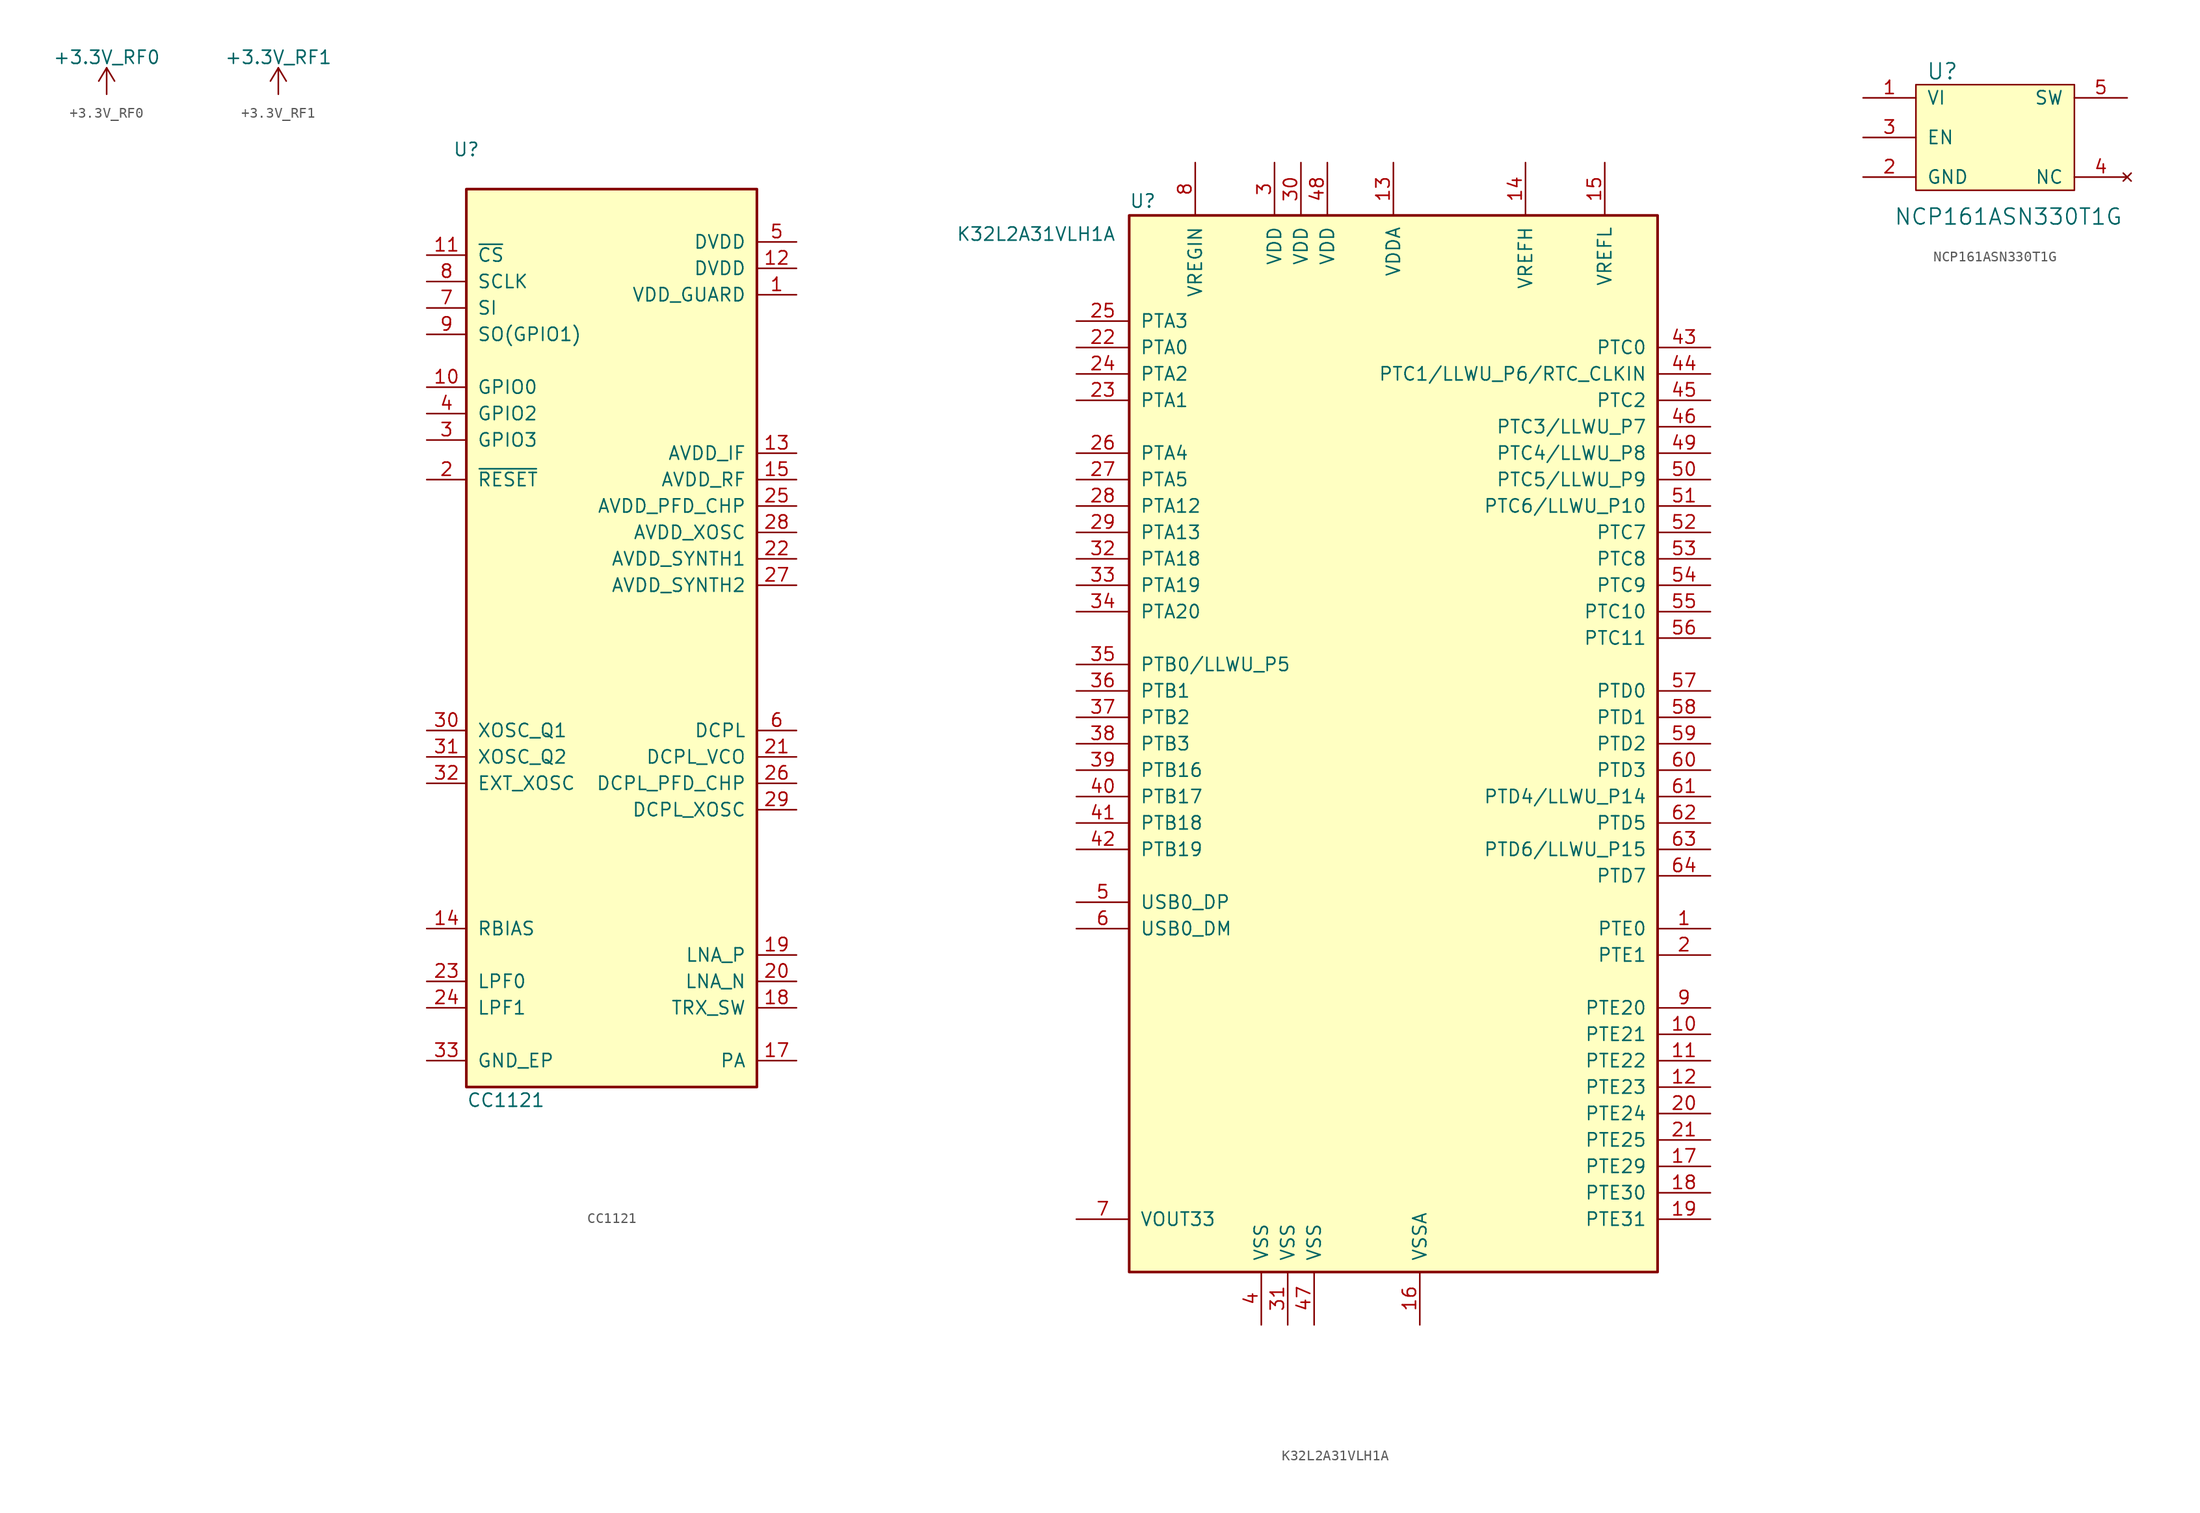
<source format=kicad_sym>
(kicad_symbol_lib
  (version 20220914)
  (generator kicad_symbol_editor)
  (symbol "+3.3V_RF0"
    (power)
    (pin_names
      (offset 0))
    (property "Reference" "#PWR"
      (at 0 -3.81 0)
      (effects (font (size 1.27 1.27)) hide))
    (property "Value" "+3.3V_RF0"
      (at 0 3.556 0)
      (effects (font (size 1.27 1.27))))
    (symbol "+3.3V_RF0_0_1"
      (polyline (pts (xy -0.762 1.27) (xy 0 2.54)) (stroke (width 0) (type solid)) (fill (type none)))
      (polyline (pts (xy 0 0) (xy 0 2.54)) (stroke (width 0) (type solid)) (fill (type none)))
      (polyline (pts (xy 0 2.54) (xy 0.762 1.27)) (stroke (width 0) (type solid)) (fill (type none))))
    (symbol "+3.3V_RF0_1_1"
      (pin power_in line (at 0 0 90) (length 0) hide (name "+3V3_RF0" (effects (font (size 1.27 1.27)))) (number "1" (effects (font (size 1.27 1.27)))))))
  (symbol "+3.3V_RF1"
    (power)
    (pin_names
      (offset 0))
    (property "Reference" "#PWR"
      (at 0 -3.81 0)
      (effects (font (size 1.27 1.27)) hide))
    (property "Value" "+3.3V_RF1"
      (at 0 3.556 0)
      (effects (font (size 1.27 1.27))))
    (symbol "+3.3V_RF1_0_1"
      (polyline (pts (xy -0.762 1.27) (xy 0 2.54)) (stroke (width 0) (type solid)) (fill (type none)))
      (polyline (pts (xy 0 0) (xy 0 2.54)) (stroke (width 0) (type solid)) (fill (type none)))
      (polyline (pts (xy 0 2.54) (xy 0.762 1.27)) (stroke (width 0) (type solid)) (fill (type none))))
    (symbol "+3.3V_RF1_1_1"
      (pin power_in line (at 0 0 90) (length 0) hide (name "+3V3_RF1" (effects (font (size 1.27 1.27)))) (number "1" (effects (font (size 1.27 1.27)))))))
  (symbol "CC1121"
    (pin_names
      (offset 1.016))
    (property "Reference" "U"
      (at -13.97 62.23 0)
      (effects (font (size 1.27 1.27))))
    (property "Value" "CC1121"
      (at -10.16 -29.21 0)
      (effects (font (size 1.27 1.27))))
    (symbol "CC1121_0_1"
      (rectangle (start -13.97 58.42) (end 13.97 -27.94) (stroke (width 0.254) (type solid)) (fill (type background))))
    (symbol "CC1121_1_1"
      (pin power_in line (at 17.78 48.26 180) (length 3.81) (name "VDD_GUARD" (effects (font (size 1.27 1.27)))) (number "1" (effects (font (size 1.27 1.27)))))
      (pin bidirectional line (at -17.78 39.37 0) (length 3.81) (name "GPIO0" (effects (font (size 1.27 1.27)))) (number "10" (effects (font (size 1.27 1.27)))))
      (pin input line (at -17.78 52.07 0) (length 3.81) (name "~{CS}" (effects (font (size 1.27 1.27)))) (number "11" (effects (font (size 1.27 1.27)))))
      (pin power_in line (at 17.78 50.8 180) (length 3.81) (name "DVDD" (effects (font (size 1.27 1.27)))) (number "12" (effects (font (size 1.27 1.27)))))
      (pin power_in line (at 17.78 33.02 180) (length 3.81) (name "AVDD_IF" (effects (font (size 1.27 1.27)))) (number "13" (effects (font (size 1.27 1.27)))))
      (pin passive line (at -17.78 -12.7 0) (length 3.81) (name "RBIAS" (effects (font (size 1.27 1.27)))) (number "14" (effects (font (size 1.27 1.27)))))
      (pin power_in line (at 17.78 30.48 180) (length 3.81) (name "AVDD_RF" (effects (font (size 1.27 1.27)))) (number "15" (effects (font (size 1.27 1.27)))))
      (pin passive line (at 17.78 -25.4 180) (length 3.81) (name "PA" (effects (font (size 1.27 1.27)))) (number "17" (effects (font (size 1.27 1.27)))))
      (pin passive line (at 17.78 -20.32 180) (length 3.81) (name "TRX_SW" (effects (font (size 1.27 1.27)))) (number "18" (effects (font (size 1.27 1.27)))))
      (pin passive line (at 17.78 -15.24 180) (length 3.81) (name "LNA_P" (effects (font (size 1.27 1.27)))) (number "19" (effects (font (size 1.27 1.27)))))
      (pin input line (at -17.78 30.48 0) (length 3.81) (name "~{RESET}" (effects (font (size 1.27 1.27)))) (number "2" (effects (font (size 1.27 1.27)))))
      (pin passive line (at 17.78 -17.78 180) (length 3.81) (name "LNA_N" (effects (font (size 1.27 1.27)))) (number "20" (effects (font (size 1.27 1.27)))))
      (pin power_out line (at 17.78 3.81 180) (length 3.81) (name "DCPL_VCO" (effects (font (size 1.27 1.27)))) (number "21" (effects (font (size 1.27 1.27)))))
      (pin power_in line (at 17.78 22.86 180) (length 3.81) (name "AVDD_SYNTH1" (effects (font (size 1.27 1.27)))) (number "22" (effects (font (size 1.27 1.27)))))
      (pin passive line (at -17.78 -17.78 0) (length 3.81) (name "LPF0" (effects (font (size 1.27 1.27)))) (number "23" (effects (font (size 1.27 1.27)))))
      (pin passive line (at -17.78 -20.32 0) (length 3.81) (name "LPF1" (effects (font (size 1.27 1.27)))) (number "24" (effects (font (size 1.27 1.27)))))
      (pin power_in line (at 17.78 27.94 180) (length 3.81) (name "AVDD_PFD_CHP" (effects (font (size 1.27 1.27)))) (number "25" (effects (font (size 1.27 1.27)))))
      (pin power_out line (at 17.78 1.27 180) (length 3.81) (name "DCPL_PFD_CHP" (effects (font (size 1.27 1.27)))) (number "26" (effects (font (size 1.27 1.27)))))
      (pin power_in line (at 17.78 20.32 180) (length 3.81) (name "AVDD_SYNTH2" (effects (font (size 1.27 1.27)))) (number "27" (effects (font (size 1.27 1.27)))))
      (pin power_in line (at 17.78 25.4 180) (length 3.81) (name "AVDD_XOSC" (effects (font (size 1.27 1.27)))) (number "28" (effects (font (size 1.27 1.27)))))
      (pin power_out line (at 17.78 -1.27 180) (length 3.81) (name "DCPL_XOSC" (effects (font (size 1.27 1.27)))) (number "29" (effects (font (size 1.27 1.27)))))
      (pin bidirectional line (at -17.78 34.29 0) (length 3.81) (name "GPIO3" (effects (font (size 1.27 1.27)))) (number "3" (effects (font (size 1.27 1.27)))))
      (pin passive line (at -17.78 6.35 0) (length 3.81) (name "XOSC_Q1" (effects (font (size 1.27 1.27)))) (number "30" (effects (font (size 1.27 1.27)))))
      (pin passive line (at -17.78 3.81 0) (length 3.81) (name "XOSC_Q2" (effects (font (size 1.27 1.27)))) (number "31" (effects (font (size 1.27 1.27)))))
      (pin input line (at -17.78 1.27 0) (length 3.81) (name "EXT_XOSC" (effects (font (size 1.27 1.27)))) (number "32" (effects (font (size 1.27 1.27)))))
      (pin power_in line (at -17.78 -25.4 0) (length 3.81) (name "GND_EP" (effects (font (size 1.27 1.27)))) (number "33" (effects (font (size 1.27 1.27)))))
      (pin bidirectional line (at -17.78 36.83 0) (length 3.81) (name "GPIO2" (effects (font (size 1.27 1.27)))) (number "4" (effects (font (size 1.27 1.27)))))
      (pin power_in line (at 17.78 53.34 180) (length 3.81) (name "DVDD" (effects (font (size 1.27 1.27)))) (number "5" (effects (font (size 1.27 1.27)))))
      (pin power_out line (at 17.78 6.35 180) (length 3.81) (name "DCPL" (effects (font (size 1.27 1.27)))) (number "6" (effects (font (size 1.27 1.27)))))
      (pin input line (at -17.78 46.99 0) (length 3.81) (name "SI" (effects (font (size 1.27 1.27)))) (number "7" (effects (font (size 1.27 1.27)))))
      (pin input line (at -17.78 49.53 0) (length 3.81) (name "SCLK" (effects (font (size 1.27 1.27)))) (number "8" (effects (font (size 1.27 1.27)))))
      (pin bidirectional line (at -17.78 44.45 0) (length 3.81) (name "SO(GPIO1)" (effects (font (size 1.27 1.27)))) (number "9" (effects (font (size 1.27 1.27)))))))
  (symbol "K32L2A31VLH1A"
    (pin_names
      (offset 1.016))
    (property "Reference" "U"
      (at -25.4 51.435 0)
      (effects (font (size 1.27 1.27)) (justify left bottom)))
    (property "Value" "K32L2A31VLH1A"
      (at -26.67 48.26 0)
      (effects (font (size 1.27 1.27)) (justify right bottom)))
    (symbol "K32L2A31VLH1A_0_1"
      (rectangle (start -25.4 50.8) (end 25.4 -50.8) (stroke (width 0.254) (type solid)) (fill (type background))))
    (symbol "K32L2A31VLH1A_1_1"
      (pin bidirectional line (at 30.48 -17.78 180) (length 5.08) (name "PTE0" (effects (font (size 1.27 1.27)))) (number "1" (effects (font (size 1.27 1.27)))))
      (pin bidirectional line (at 30.48 -27.94 180) (length 5.08) (name "PTE21" (effects (font (size 1.27 1.27)))) (number "10" (effects (font (size 1.27 1.27)))))
      (pin bidirectional line (at 30.48 -30.48 180) (length 5.08) (name "PTE22" (effects (font (size 1.27 1.27)))) (number "11" (effects (font (size 1.27 1.27)))))
      (pin bidirectional line (at 30.48 -33.02 180) (length 5.08) (name "PTE23" (effects (font (size 1.27 1.27)))) (number "12" (effects (font (size 1.27 1.27)))))
      (pin power_in line (at 0 55.88 270) (length 5.08) (name "VDDA" (effects (font (size 1.27 1.27)))) (number "13" (effects (font (size 1.27 1.27)))))
      (pin power_in line (at 12.7 55.88 270) (length 5.08) (name "VREFH" (effects (font (size 1.27 1.27)))) (number "14" (effects (font (size 1.27 1.27)))))
      (pin power_in line (at 20.32 55.88 270) (length 5.08) (name "VREFL" (effects (font (size 1.27 1.27)))) (number "15" (effects (font (size 1.27 1.27)))))
      (pin power_in line (at 2.54 -55.88 90) (length 5.08) (name "VSSA" (effects (font (size 1.27 1.27)))) (number "16" (effects (font (size 1.27 1.27)))))
      (pin bidirectional line (at 30.48 -40.64 180) (length 5.08) (name "PTE29" (effects (font (size 1.27 1.27)))) (number "17" (effects (font (size 1.27 1.27)))))
      (pin bidirectional line (at 30.48 -43.18 180) (length 5.08) (name "PTE30" (effects (font (size 1.27 1.27)))) (number "18" (effects (font (size 1.27 1.27)))))
      (pin bidirectional line (at 30.48 -45.72 180) (length 5.08) (name "PTE31" (effects (font (size 1.27 1.27)))) (number "19" (effects (font (size 1.27 1.27)))))
      (pin bidirectional line (at 30.48 -20.32 180) (length 5.08) (name "PTE1" (effects (font (size 1.27 1.27)))) (number "2" (effects (font (size 1.27 1.27)))))
      (pin bidirectional line (at 30.48 -35.56 180) (length 5.08) (name "PTE24" (effects (font (size 1.27 1.27)))) (number "20" (effects (font (size 1.27 1.27)))))
      (pin bidirectional line (at 30.48 -38.1 180) (length 5.08) (name "PTE25" (effects (font (size 1.27 1.27)))) (number "21" (effects (font (size 1.27 1.27)))))
      (pin bidirectional line (at -30.48 38.1 0) (length 5.08) (name "PTA0" (effects (font (size 1.27 1.27)))) (number "22" (effects (font (size 1.27 1.27)))))
      (pin bidirectional line (at -30.48 33.02 0) (length 5.08) (name "PTA1" (effects (font (size 1.27 1.27)))) (number "23" (effects (font (size 1.27 1.27)))))
      (pin bidirectional line (at -30.48 35.56 0) (length 5.08) (name "PTA2" (effects (font (size 1.27 1.27)))) (number "24" (effects (font (size 1.27 1.27)))))
      (pin bidirectional line (at -30.48 40.64 0) (length 5.08) (name "PTA3" (effects (font (size 1.27 1.27)))) (number "25" (effects (font (size 1.27 1.27)))))
      (pin bidirectional line (at -30.48 27.94 0) (length 5.08) (name "PTA4" (effects (font (size 1.27 1.27)))) (number "26" (effects (font (size 1.27 1.27)))))
      (pin bidirectional line (at -30.48 25.4 0) (length 5.08) (name "PTA5" (effects (font (size 1.27 1.27)))) (number "27" (effects (font (size 1.27 1.27)))))
      (pin bidirectional line (at -30.48 22.86 0) (length 5.08) (name "PTA12" (effects (font (size 1.27 1.27)))) (number "28" (effects (font (size 1.27 1.27)))))
      (pin bidirectional line (at -30.48 20.32 0) (length 5.08) (name "PTA13" (effects (font (size 1.27 1.27)))) (number "29" (effects (font (size 1.27 1.27)))))
      (pin power_in line (at -11.43 55.88 270) (length 5.08) (name "VDD" (effects (font (size 1.27 1.27)))) (number "3" (effects (font (size 1.27 1.27)))))
      (pin power_in line (at -8.89 55.88 270) (length 5.08) (name "VDD" (effects (font (size 1.27 1.27)))) (number "30" (effects (font (size 1.27 1.27)))))
      (pin power_in line (at -10.16 -55.88 90) (length 5.08) (name "VSS" (effects (font (size 1.27 1.27)))) (number "31" (effects (font (size 1.27 1.27)))))
      (pin bidirectional line (at -30.48 17.78 0) (length 5.08) (name "PTA18" (effects (font (size 1.27 1.27)))) (number "32" (effects (font (size 1.27 1.27)))))
      (pin bidirectional line (at -30.48 15.24 0) (length 5.08) (name "PTA19" (effects (font (size 1.27 1.27)))) (number "33" (effects (font (size 1.27 1.27)))))
      (pin bidirectional line (at -30.48 12.7 0) (length 5.08) (name "PTA20" (effects (font (size 1.27 1.27)))) (number "34" (effects (font (size 1.27 1.27)))))
      (pin bidirectional line (at -30.48 7.62 0) (length 5.08) (name "PTB0/LLWU_P5" (effects (font (size 1.27 1.27)))) (number "35" (effects (font (size 1.27 1.27)))))
      (pin bidirectional line (at -30.48 5.08 0) (length 5.08) (name "PTB1" (effects (font (size 1.27 1.27)))) (number "36" (effects (font (size 1.27 1.27)))))
      (pin bidirectional line (at -30.48 2.54 0) (length 5.08) (name "PTB2" (effects (font (size 1.27 1.27)))) (number "37" (effects (font (size 1.27 1.27)))))
      (pin bidirectional line (at -30.48 0 0) (length 5.08) (name "PTB3" (effects (font (size 1.27 1.27)))) (number "38" (effects (font (size 1.27 1.27)))))
      (pin bidirectional line (at -30.48 -2.54 0) (length 5.08) (name "PTB16" (effects (font (size 1.27 1.27)))) (number "39" (effects (font (size 1.27 1.27)))))
      (pin power_in line (at -12.7 -55.88 90) (length 5.08) (name "VSS" (effects (font (size 1.27 1.27)))) (number "4" (effects (font (size 1.27 1.27)))))
      (pin bidirectional line (at -30.48 -5.08 0) (length 5.08) (name "PTB17" (effects (font (size 1.27 1.27)))) (number "40" (effects (font (size 1.27 1.27)))))
      (pin bidirectional line (at -30.48 -7.62 0) (length 5.08) (name "PTB18" (effects (font (size 1.27 1.27)))) (number "41" (effects (font (size 1.27 1.27)))))
      (pin bidirectional line (at -30.48 -10.16 0) (length 5.08) (name "PTB19" (effects (font (size 1.27 1.27)))) (number "42" (effects (font (size 1.27 1.27)))))
      (pin bidirectional line (at 30.48 38.1 180) (length 5.08) (name "PTC0" (effects (font (size 1.27 1.27)))) (number "43" (effects (font (size 1.27 1.27)))))
      (pin bidirectional line (at 30.48 35.56 180) (length 5.08) (name "PTC1/LLWU_P6/RTC_CLKIN" (effects (font (size 1.27 1.27)))) (number "44" (effects (font (size 1.27 1.27)))))
      (pin bidirectional line (at 30.48 33.02 180) (length 5.08) (name "PTC2" (effects (font (size 1.27 1.27)))) (number "45" (effects (font (size 1.27 1.27)))))
      (pin bidirectional line (at 30.48 30.48 180) (length 5.08) (name "PTC3/LLWU_P7" (effects (font (size 1.27 1.27)))) (number "46" (effects (font (size 1.27 1.27)))))
      (pin power_in line (at -7.62 -55.88 90) (length 5.08) (name "VSS" (effects (font (size 1.27 1.27)))) (number "47" (effects (font (size 1.27 1.27)))))
      (pin power_in line (at -6.35 55.88 270) (length 5.08) (name "VDD" (effects (font (size 1.27 1.27)))) (number "48" (effects (font (size 1.27 1.27)))))
      (pin bidirectional line (at 30.48 27.94 180) (length 5.08) (name "PTC4/LLWU_P8" (effects (font (size 1.27 1.27)))) (number "49" (effects (font (size 1.27 1.27)))))
      (pin bidirectional line (at -30.48 -15.24 0) (length 5.08) (name "USB0_DP" (effects (font (size 1.27 1.27)))) (number "5" (effects (font (size 1.27 1.27)))))
      (pin bidirectional line (at 30.48 25.4 180) (length 5.08) (name "PTC5/LLWU_P9" (effects (font (size 1.27 1.27)))) (number "50" (effects (font (size 1.27 1.27)))))
      (pin bidirectional line (at 30.48 22.86 180) (length 5.08) (name "PTC6/LLWU_P10" (effects (font (size 1.27 1.27)))) (number "51" (effects (font (size 1.27 1.27)))))
      (pin bidirectional line (at 30.48 20.32 180) (length 5.08) (name "PTC7" (effects (font (size 1.27 1.27)))) (number "52" (effects (font (size 1.27 1.27)))))
      (pin bidirectional line (at 30.48 17.78 180) (length 5.08) (name "PTC8" (effects (font (size 1.27 1.27)))) (number "53" (effects (font (size 1.27 1.27)))))
      (pin bidirectional line (at 30.48 15.24 180) (length 5.08) (name "PTC9" (effects (font (size 1.27 1.27)))) (number "54" (effects (font (size 1.27 1.27)))))
      (pin bidirectional line (at 30.48 12.7 180) (length 5.08) (name "PTC10" (effects (font (size 1.27 1.27)))) (number "55" (effects (font (size 1.27 1.27)))))
      (pin bidirectional line (at 30.48 10.16 180) (length 5.08) (name "PTC11" (effects (font (size 1.27 1.27)))) (number "56" (effects (font (size 1.27 1.27)))))
      (pin bidirectional line (at 30.48 5.08 180) (length 5.08) (name "PTD0" (effects (font (size 1.27 1.27)))) (number "57" (effects (font (size 1.27 1.27)))))
      (pin bidirectional line (at 30.48 2.54 180) (length 5.08) (name "PTD1" (effects (font (size 1.27 1.27)))) (number "58" (effects (font (size 1.27 1.27)))))
      (pin bidirectional line (at 30.48 0 180) (length 5.08) (name "PTD2" (effects (font (size 1.27 1.27)))) (number "59" (effects (font (size 1.27 1.27)))))
      (pin bidirectional line (at -30.48 -17.78 0) (length 5.08) (name "USB0_DM" (effects (font (size 1.27 1.27)))) (number "6" (effects (font (size 1.27 1.27)))))
      (pin bidirectional line (at 30.48 -2.54 180) (length 5.08) (name "PTD3" (effects (font (size 1.27 1.27)))) (number "60" (effects (font (size 1.27 1.27)))))
      (pin bidirectional line (at 30.48 -5.08 180) (length 5.08) (name "PTD4/LLWU_P14" (effects (font (size 1.27 1.27)))) (number "61" (effects (font (size 1.27 1.27)))))
      (pin bidirectional line (at 30.48 -7.62 180) (length 5.08) (name "PTD5" (effects (font (size 1.27 1.27)))) (number "62" (effects (font (size 1.27 1.27)))))
      (pin bidirectional line (at 30.48 -10.16 180) (length 5.08) (name "PTD6/LLWU_P15" (effects (font (size 1.27 1.27)))) (number "63" (effects (font (size 1.27 1.27)))))
      (pin bidirectional line (at 30.48 -12.7 180) (length 5.08) (name "PTD7" (effects (font (size 1.27 1.27)))) (number "64" (effects (font (size 1.27 1.27)))))
      (pin power_out line (at -30.48 -45.72 0) (length 5.08) (name "VOUT33" (effects (font (size 1.27 1.27)))) (number "7" (effects (font (size 1.27 1.27)))))
      (pin power_in line (at -19.05 55.88 270) (length 5.08) (name "VREGIN" (effects (font (size 1.27 1.27)))) (number "8" (effects (font (size 1.27 1.27)))))
      (pin bidirectional line (at 30.48 -25.4 180) (length 5.08) (name "PTE20" (effects (font (size 1.27 1.27)))) (number "9" (effects (font (size 1.27 1.27)))))))
  (symbol "NCP161ASN330T1G"
    (pin_names
      (offset 1.016))
    (property "Reference" "U"
      (at -5.08 1.27 0)
      (effects (font (size 1.524 1.524))))
    (property "Value" "NCP161ASN330T1G"
      (at 1.27 -12.7 0)
      (effects (font (size 1.524 1.524))))
    (symbol "NCP161ASN330T1G_0_1"
      (rectangle (start -7.62 0) (end 7.62 -10.16) (stroke (width 0) (type solid)) (fill (type background))))
    (symbol "NCP161ASN330T1G_1_1"
      (pin power_in line (at -12.7 -1.27 0) (length 5.08) (name "VI" (effects (font (size 1.27 1.27)))) (number "1" (effects (font (size 1.27 1.27)))))
      (pin power_in line (at -12.7 -8.89 0) (length 5.08) (name "GND" (effects (font (size 1.27 1.27)))) (number "2" (effects (font (size 1.27 1.27)))))
      (pin input line (at -12.7 -5.08 0) (length 5.08) (name "EN" (effects (font (size 1.27 1.27)))) (number "3" (effects (font (size 1.27 1.27)))))
      (pin no_connect line (at 12.7 -8.89 180) (length 5.08) (name "NC" (effects (font (size 1.27 1.27)))) (number "4" (effects (font (size 1.27 1.27)))))
      (pin power_out line (at 12.7 -1.27 180) (length 5.08) (name "SW" (effects (font (size 1.27 1.27)))) (number "5" (effects (font (size 1.27 1.27))))))))
</source>
